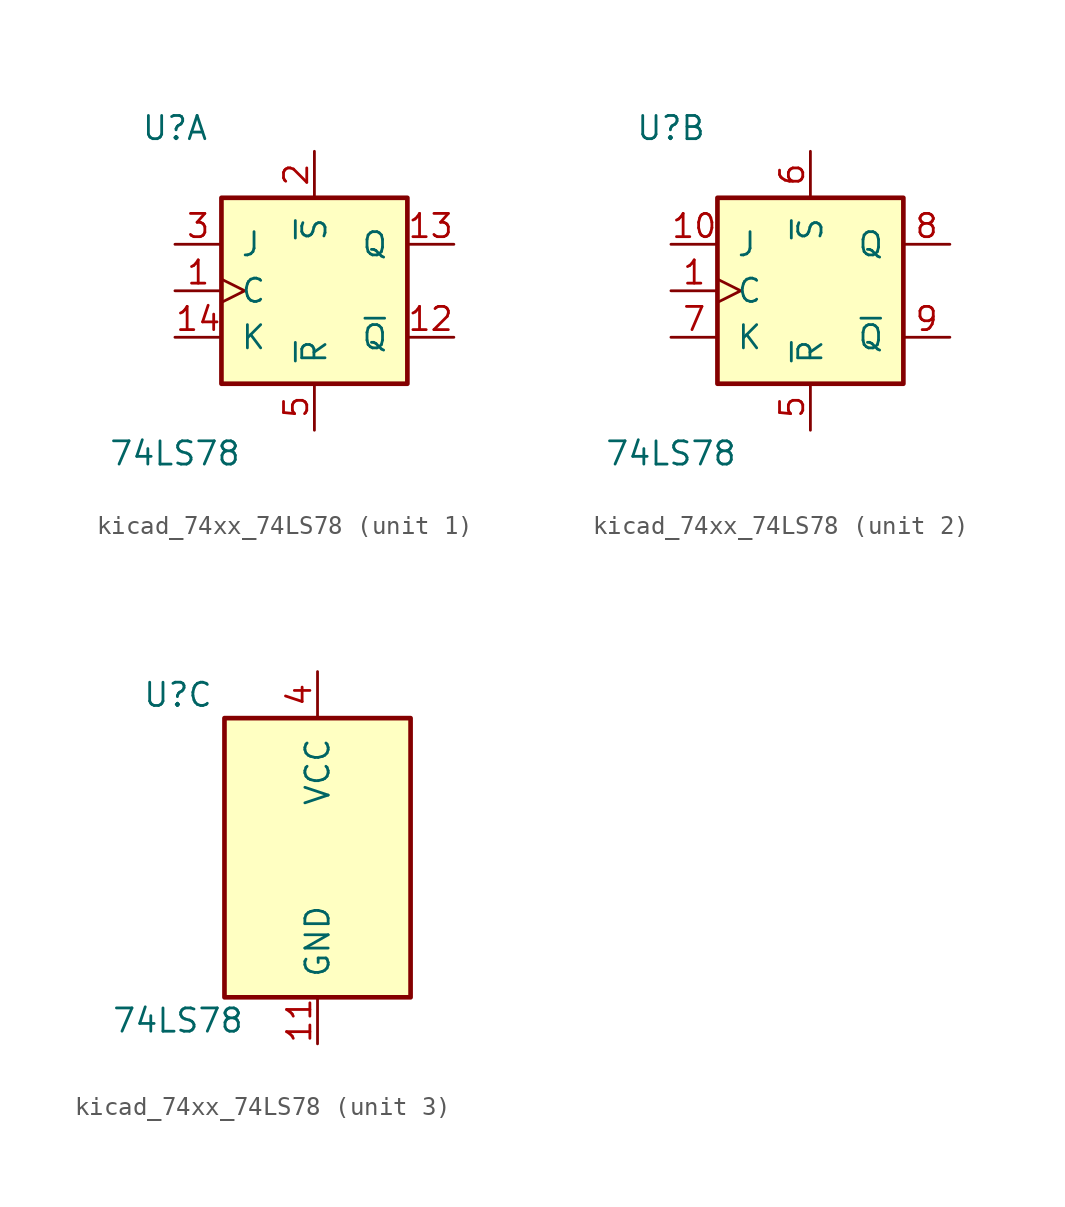
<source format=kicad_sym>
(kicad_symbol_lib
  (version 20220914)
  (generator kicad_symbol_editor)
  (symbol "kicad_74xx_74LS78"
    (pin_names
      (offset 1.016))
    (property "Reference" "U"
      (at -7.62 8.89 0)
      (effects (font (size 1.27 1.27))))
    (property "Value" "74LS78"
      (at -7.62 -8.89 0)
      (effects (font (size 1.27 1.27))))
    (property "ki_locked" ""
      (at 0 0 0)
      (effects (font (size 1.27 1.27))))
    (symbol "kicad_74xx_74LS78_1_0"
      (pin input clock (at -7.62 0 0) (length 2.54) (name "C" (effects (font (size 1.27 1.27)))) (number "1" (effects (font (size 1.27 1.27)))))
      (pin output line (at 7.62 -2.54 180) (length 2.54) (name "~{Q}" (effects (font (size 1.27 1.27)))) (number "12" (effects (font (size 1.27 1.27)))))
      (pin output line (at 7.62 2.54 180) (length 2.54) (name "Q" (effects (font (size 1.27 1.27)))) (number "13" (effects (font (size 1.27 1.27)))))
      (pin input line (at -7.62 -2.54 0) (length 2.54) (name "K" (effects (font (size 1.27 1.27)))) (number "14" (effects (font (size 1.27 1.27)))))
      (pin input line (at 0 7.62 270) (length 2.54) (name "~{S}" (effects (font (size 1.27 1.27)))) (number "2" (effects (font (size 1.27 1.27)))))
      (pin input line (at -7.62 2.54 0) (length 2.54) (name "J" (effects (font (size 1.27 1.27)))) (number "3" (effects (font (size 1.27 1.27)))))
      (pin input line (at 0 -7.62 90) (length 2.54) (name "~{R}" (effects (font (size 1.27 1.27)))) (number "5" (effects (font (size 1.27 1.27))))))
    (symbol "kicad_74xx_74LS78_1_1"
      (rectangle (start -5.08 5.08) (end 5.08 -5.08) (stroke (width 0.254) (type default)) (fill (type background))))
    (symbol "kicad_74xx_74LS78_2_0"
      (pin input clock (at -7.62 0 0) (length 2.54) (name "C" (effects (font (size 1.27 1.27)))) (number "1" (effects (font (size 1.27 1.27)))))
      (pin input line (at -7.62 2.54 0) (length 2.54) (name "J" (effects (font (size 1.27 1.27)))) (number "10" (effects (font (size 1.27 1.27)))))
      (pin input line (at 0 -7.62 90) (length 2.54) (name "~{R}" (effects (font (size 1.27 1.27)))) (number "5" (effects (font (size 1.27 1.27)))))
      (pin input line (at 0 7.62 270) (length 2.54) (name "~{S}" (effects (font (size 1.27 1.27)))) (number "6" (effects (font (size 1.27 1.27)))))
      (pin input line (at -7.62 -2.54 0) (length 2.54) (name "K" (effects (font (size 1.27 1.27)))) (number "7" (effects (font (size 1.27 1.27)))))
      (pin output line (at 7.62 2.54 180) (length 2.54) (name "Q" (effects (font (size 1.27 1.27)))) (number "8" (effects (font (size 1.27 1.27)))))
      (pin output line (at 7.62 -2.54 180) (length 2.54) (name "~{Q}" (effects (font (size 1.27 1.27)))) (number "9" (effects (font (size 1.27 1.27))))))
    (symbol "kicad_74xx_74LS78_2_1"
      (rectangle (start -5.08 5.08) (end 5.08 -5.08) (stroke (width 0.254) (type default)) (fill (type background))))
    (symbol "kicad_74xx_74LS78_3_0"
      (pin power_in line (at 0 -10.16 90) (length 2.54) (name "GND" (effects (font (size 1.27 1.27)))) (number "11" (effects (font (size 1.27 1.27)))))
      (pin power_in line (at 0 10.16 270) (length 2.54) (name "VCC" (effects (font (size 1.27 1.27)))) (number "4" (effects (font (size 1.27 1.27))))))
    (symbol "kicad_74xx_74LS78_3_1"
      (rectangle (start -5.08 7.62) (end 5.08 -7.62) (stroke (width 0.254) (type default)) (fill (type background))))))
</source>
